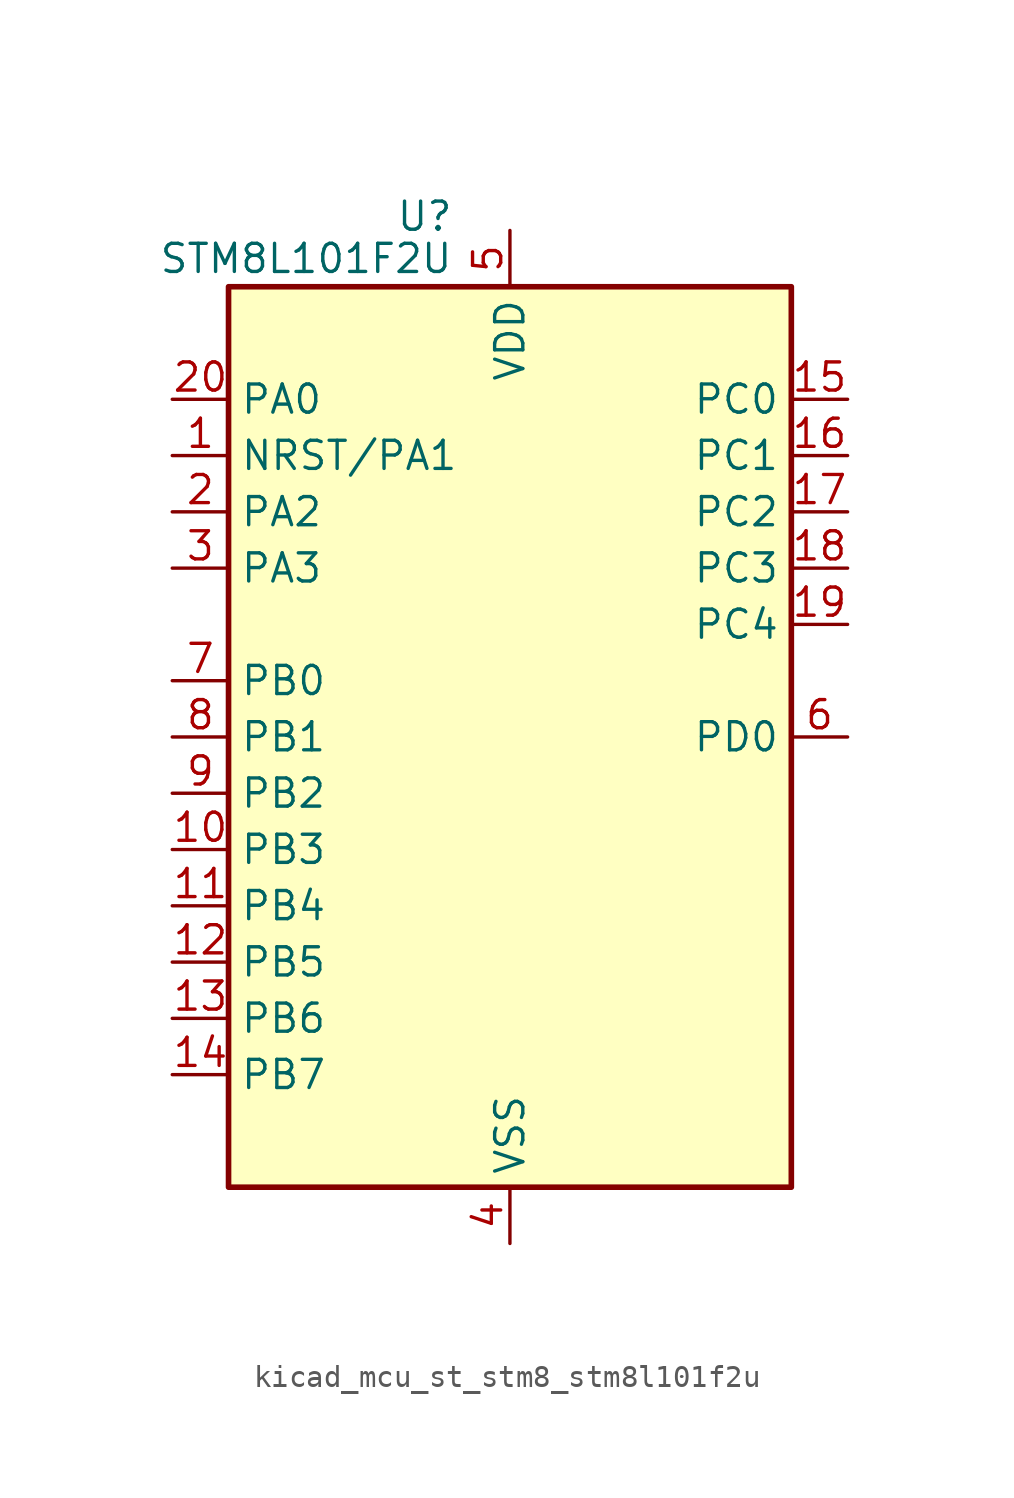
<source format=kicad_sym>
(kicad_symbol_lib
  (version 20220914)
  (generator kicad_symbol_editor)
  (symbol "kicad_mcu_st_stm8_stm8l101f2u"
    (property "Reference" "U"
      (at -2.54 23.495 0)
      (effects (font (size 1.27 1.27)) (justify right)))
    (property "Value" "STM8L101F2U"
      (at -2.54 21.59 0)
      (effects (font (size 1.27 1.27)) (justify right)))
    (symbol "kicad_mcu_st_stm8_stm8l101f2u_0_1"
      (rectangle (start -12.7 20.32) (end 12.7 -20.32) (stroke (width 0.254) (type default)) (fill (type background))))
    (symbol "kicad_mcu_st_stm8_stm8l101f2u_1_1"
      (pin bidirectional line (at -15.24 12.7 0) (length 2.54) (name "NRST/PA1" (effects (font (size 1.27 1.27)))) (number "1" (effects (font (size 1.27 1.27)))))
      (pin bidirectional line (at -15.24 -5.08 0) (length 2.54) (name "PB3" (effects (font (size 1.27 1.27)))) (number "10" (effects (font (size 1.27 1.27)))))
      (pin bidirectional line (at -15.24 -7.62 0) (length 2.54) (name "PB4" (effects (font (size 1.27 1.27)))) (number "11" (effects (font (size 1.27 1.27)))))
      (pin bidirectional line (at -15.24 -10.16 0) (length 2.54) (name "PB5" (effects (font (size 1.27 1.27)))) (number "12" (effects (font (size 1.27 1.27)))))
      (pin bidirectional line (at -15.24 -12.7 0) (length 2.54) (name "PB6" (effects (font (size 1.27 1.27)))) (number "13" (effects (font (size 1.27 1.27)))))
      (pin bidirectional line (at -15.24 -15.24 0) (length 2.54) (name "PB7" (effects (font (size 1.27 1.27)))) (number "14" (effects (font (size 1.27 1.27)))))
      (pin bidirectional line (at 15.24 15.24 180) (length 2.54) (name "PC0" (effects (font (size 1.27 1.27)))) (number "15" (effects (font (size 1.27 1.27)))))
      (pin bidirectional line (at 15.24 12.7 180) (length 2.54) (name "PC1" (effects (font (size 1.27 1.27)))) (number "16" (effects (font (size 1.27 1.27)))))
      (pin bidirectional line (at 15.24 10.16 180) (length 2.54) (name "PC2" (effects (font (size 1.27 1.27)))) (number "17" (effects (font (size 1.27 1.27)))))
      (pin bidirectional line (at 15.24 7.62 180) (length 2.54) (name "PC3" (effects (font (size 1.27 1.27)))) (number "18" (effects (font (size 1.27 1.27)))))
      (pin bidirectional line (at 15.24 5.08 180) (length 2.54) (name "PC4" (effects (font (size 1.27 1.27)))) (number "19" (effects (font (size 1.27 1.27)))))
      (pin bidirectional line (at -15.24 10.16 0) (length 2.54) (name "PA2" (effects (font (size 1.27 1.27)))) (number "2" (effects (font (size 1.27 1.27)))))
      (pin bidirectional line (at -15.24 15.24 0) (length 2.54) (name "PA0" (effects (font (size 1.27 1.27)))) (number "20" (effects (font (size 1.27 1.27)))))
      (pin bidirectional line (at -15.24 7.62 0) (length 2.54) (name "PA3" (effects (font (size 1.27 1.27)))) (number "3" (effects (font (size 1.27 1.27)))))
      (pin power_in line (at 0 -22.86 90) (length 2.54) (name "VSS" (effects (font (size 1.27 1.27)))) (number "4" (effects (font (size 1.27 1.27)))))
      (pin power_in line (at 0 22.86 270) (length 2.54) (name "VDD" (effects (font (size 1.27 1.27)))) (number "5" (effects (font (size 1.27 1.27)))))
      (pin bidirectional line (at 15.24 0 180) (length 2.54) (name "PD0" (effects (font (size 1.27 1.27)))) (number "6" (effects (font (size 1.27 1.27)))))
      (pin bidirectional line (at -15.24 2.54 0) (length 2.54) (name "PB0" (effects (font (size 1.27 1.27)))) (number "7" (effects (font (size 1.27 1.27)))))
      (pin bidirectional line (at -15.24 0 0) (length 2.54) (name "PB1" (effects (font (size 1.27 1.27)))) (number "8" (effects (font (size 1.27 1.27)))))
      (pin bidirectional line (at -15.24 -2.54 0) (length 2.54) (name "PB2" (effects (font (size 1.27 1.27)))) (number "9" (effects (font (size 1.27 1.27))))))))
</source>
